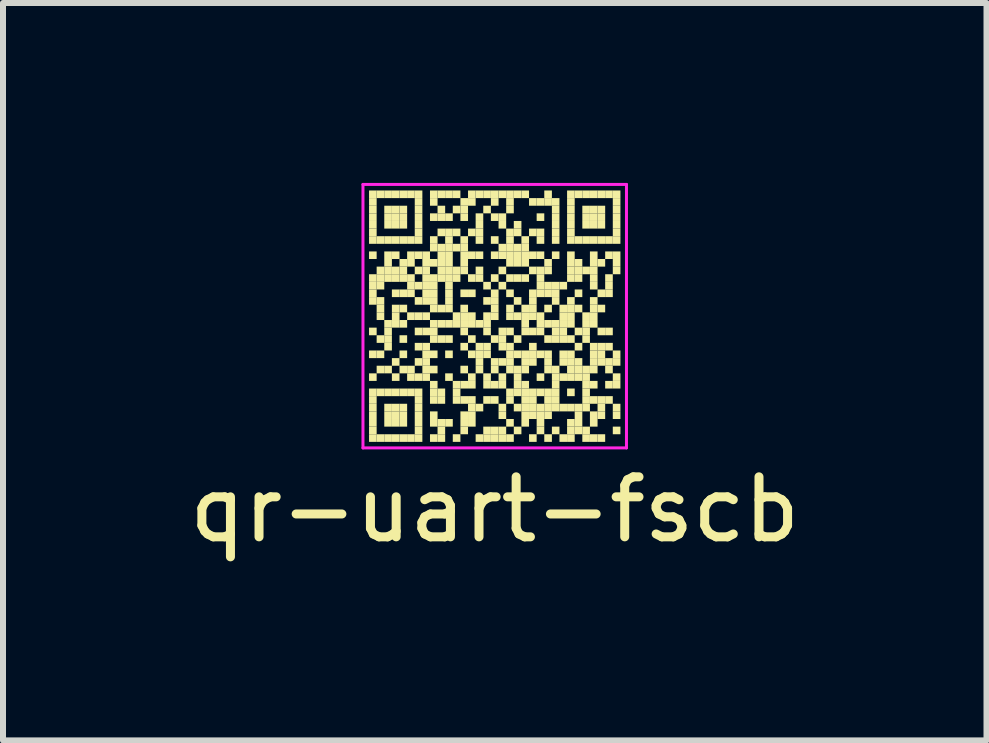
<source format=kicad_pcb>
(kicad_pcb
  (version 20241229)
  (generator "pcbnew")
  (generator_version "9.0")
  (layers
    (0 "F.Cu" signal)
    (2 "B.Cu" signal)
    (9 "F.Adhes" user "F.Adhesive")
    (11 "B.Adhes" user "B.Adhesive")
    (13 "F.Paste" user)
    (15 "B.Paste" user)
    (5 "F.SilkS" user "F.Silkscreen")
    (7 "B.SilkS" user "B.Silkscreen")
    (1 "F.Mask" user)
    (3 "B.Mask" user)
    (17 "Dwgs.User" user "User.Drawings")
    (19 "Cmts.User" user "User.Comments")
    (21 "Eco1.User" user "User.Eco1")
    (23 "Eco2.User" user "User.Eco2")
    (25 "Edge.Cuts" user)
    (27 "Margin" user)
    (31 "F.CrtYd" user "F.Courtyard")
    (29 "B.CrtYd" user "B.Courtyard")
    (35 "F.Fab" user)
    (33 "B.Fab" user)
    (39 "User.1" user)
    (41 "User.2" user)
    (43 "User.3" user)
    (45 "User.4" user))
  (footprint "qr-uart-fscb"
    (layer "F.Cu")
    (at 5.196 2.22)
    (property "Reference" "qr-uart-fscb" (at 0 3.223 0) (layer "F.SilkS") (effects (font (size 1 1) (thickness 0.15))))
    (fp_rect (start -2.095 -2.095) (end -1.968 -1.968) (stroke (width 0) (type default)) (fill yes) (layer "F.SilkS"))
    (fp_rect (start -2.095 -1.968) (end -1.968 -1.841) (stroke (width 0) (type default)) (fill yes) (layer "F.SilkS"))
    (fp_rect (start -2.095 -1.841) (end -1.968 -1.714) (stroke (width 0) (type default)) (fill yes) (layer "F.SilkS"))
    (fp_rect (start -2.095 -1.714) (end -1.968 -1.587) (stroke (width 0) (type default)) (fill yes) (layer "F.SilkS"))
    (fp_rect (start -2.095 -1.587) (end -1.968 -1.46) (stroke (width 0) (type default)) (fill yes) (layer "F.SilkS"))
    (fp_rect (start -2.095 -1.46) (end -1.968 -1.333) (stroke (width 0) (type default)) (fill yes) (layer "F.SilkS"))
    (fp_rect (start -2.095 -1.333) (end -1.968 -1.206) (stroke (width 0) (type default)) (fill yes) (layer "F.SilkS"))
    (fp_rect (start -2.095 -1.079) (end -1.968 -0.953) (stroke (width 0) (type default)) (fill yes) (layer "F.SilkS"))
    (fp_rect (start -2.095 -0.699) (end -1.968 -0.572) (stroke (width 0) (type default)) (fill yes) (layer "F.SilkS"))
    (fp_rect (start -2.095 -0.572) (end -1.968 -0.445) (stroke (width 0) (type default)) (fill yes) (layer "F.SilkS"))
    (fp_rect (start -2.095 -0.445) (end -1.968 -0.318) (stroke (width 0) (type default)) (fill yes) (layer "F.SilkS"))
    (fp_rect (start -2.095 -0.318) (end -1.968 -0.191) (stroke (width 0) (type default)) (fill yes) (layer "F.SilkS"))
    (fp_rect (start -2.095 0.191) (end -1.968 0.318) (stroke (width 0) (type default)) (fill yes) (layer "F.SilkS"))
    (fp_rect (start -2.095 0.572) (end -1.968 0.699) (stroke (width 0) (type default)) (fill yes) (layer "F.SilkS"))
    (fp_rect (start -2.095 0.953) (end -1.968 1.079) (stroke (width 0) (type default)) (fill yes) (layer "F.SilkS"))
    (fp_rect (start -2.095 1.206) (end -1.968 1.333) (stroke (width 0) (type default)) (fill yes) (layer "F.SilkS"))
    (fp_rect (start -2.095 1.333) (end -1.968 1.46) (stroke (width 0) (type default)) (fill yes) (layer "F.SilkS"))
    (fp_rect (start -2.095 1.46) (end -1.968 1.587) (stroke (width 0) (type default)) (fill yes) (layer "F.SilkS"))
    (fp_rect (start -2.095 1.587) (end -1.968 1.714) (stroke (width 0) (type default)) (fill yes) (layer "F.SilkS"))
    (fp_rect (start -2.095 1.714) (end -1.968 1.841) (stroke (width 0) (type default)) (fill yes) (layer "F.SilkS"))
    (fp_rect (start -2.095 1.841) (end -1.968 1.968) (stroke (width 0) (type default)) (fill yes) (layer "F.SilkS"))
    (fp_rect (start -2.095 1.968) (end -1.968 2.095) (stroke (width 0) (type default)) (fill yes) (layer "F.SilkS"))
    (fp_rect (start -1.968 -2.095) (end -1.841 -1.968) (stroke (width 0) (type default)) (fill yes) (layer "F.SilkS"))
    (fp_rect (start -1.968 -1.333) (end -1.841 -1.206) (stroke (width 0) (type default)) (fill yes) (layer "F.SilkS"))
    (fp_rect (start -1.968 -0.826) (end -1.841 -0.699) (stroke (width 0) (type default)) (fill yes) (layer "F.SilkS"))
    (fp_rect (start -1.968 -0.699) (end -1.841 -0.572) (stroke (width 0) (type default)) (fill yes) (layer "F.SilkS"))
    (fp_rect (start -1.968 -0.572) (end -1.841 -0.445) (stroke (width 0) (type default)) (fill yes) (layer "F.SilkS"))
    (fp_rect (start -1.968 -0.318) (end -1.841 -0.191) (stroke (width 0) (type default)) (fill yes) (layer "F.SilkS"))
    (fp_rect (start -1.968 -0.191) (end -1.841 -0.064) (stroke (width 0) (type default)) (fill yes) (layer "F.SilkS"))
    (fp_rect (start -1.968 -0.064) (end -1.841 0.064) (stroke (width 0) (type default)) (fill yes) (layer "F.SilkS"))
    (fp_rect (start -1.968 0.318) (end -1.841 0.445) (stroke (width 0) (type default)) (fill yes) (layer "F.SilkS"))
    (fp_rect (start -1.968 0.572) (end -1.841 0.699) (stroke (width 0) (type default)) (fill yes) (layer "F.SilkS"))
    (fp_rect (start -1.968 0.826) (end -1.841 0.953) (stroke (width 0) (type default)) (fill yes) (layer "F.SilkS"))
    (fp_rect (start -1.968 1.206) (end -1.841 1.333) (stroke (width 0) (type default)) (fill yes) (layer "F.SilkS"))
    (fp_rect (start -1.968 1.968) (end -1.841 2.095) (stroke (width 0) (type default)) (fill yes) (layer "F.SilkS"))
    (fp_rect (start -1.841 -2.095) (end -1.714 -1.968) (stroke (width 0) (type default)) (fill yes) (layer "F.SilkS"))
    (fp_rect (start -1.841 -1.841) (end -1.714 -1.714) (stroke (width 0) (type default)) (fill yes) (layer "F.SilkS"))
    (fp_rect (start -1.841 -1.714) (end -1.714 -1.587) (stroke (width 0) (type default)) (fill yes) (layer "F.SilkS"))
    (fp_rect (start -1.841 -1.587) (end -1.714 -1.46) (stroke (width 0) (type default)) (fill yes) (layer "F.SilkS"))
    (fp_rect (start -1.841 -1.333) (end -1.714 -1.206) (stroke (width 0) (type default)) (fill yes) (layer "F.SilkS"))
    (fp_rect (start -1.841 -1.079) (end -1.714 -0.953) (stroke (width 0) (type default)) (fill yes) (layer "F.SilkS"))
    (fp_rect (start -1.841 -0.953) (end -1.714 -0.826) (stroke (width 0) (type default)) (fill yes) (layer "F.SilkS"))
    (fp_rect (start -1.841 -0.826) (end -1.714 -0.699) (stroke (width 0) (type default)) (fill yes) (layer "F.SilkS"))
    (fp_rect (start -1.841 -0.699) (end -1.714 -0.572) (stroke (width 0) (type default)) (fill yes) (layer "F.SilkS"))
    (fp_rect (start -1.841 0.064) (end -1.714 0.191) (stroke (width 0) (type default)) (fill yes) (layer "F.SilkS"))
    (fp_rect (start -1.841 0.191) (end -1.714 0.318) (stroke (width 0) (type default)) (fill yes) (layer "F.SilkS"))
    (fp_rect (start -1.841 0.318) (end -1.714 0.445) (stroke (width 0) (type default)) (fill yes) (layer "F.SilkS"))
    (fp_rect (start -1.841 0.445) (end -1.714 0.572) (stroke (width 0) (type default)) (fill yes) (layer "F.SilkS"))
    (fp_rect (start -1.841 0.826) (end -1.714 0.953) (stroke (width 0) (type default)) (fill yes) (layer "F.SilkS"))
    (fp_rect (start -1.841 1.206) (end -1.714 1.333) (stroke (width 0) (type default)) (fill yes) (layer "F.SilkS"))
    (fp_rect (start -1.841 1.46) (end -1.714 1.587) (stroke (width 0) (type default)) (fill yes) (layer "F.SilkS"))
    (fp_rect (start -1.841 1.587) (end -1.714 1.714) (stroke (width 0) (type default)) (fill yes) (layer "F.SilkS"))
    (fp_rect (start -1.841 1.714) (end -1.714 1.841) (stroke (width 0) (type default)) (fill yes) (layer "F.SilkS"))
    (fp_rect (start -1.841 1.968) (end -1.714 2.095) (stroke (width 0) (type default)) (fill yes) (layer "F.SilkS"))
    (fp_rect (start -1.714 -2.095) (end -1.587 -1.968) (stroke (width 0) (type default)) (fill yes) (layer "F.SilkS"))
    (fp_rect (start -1.714 -1.841) (end -1.587 -1.714) (stroke (width 0) (type default)) (fill yes) (layer "F.SilkS"))
    (fp_rect (start -1.714 -1.714) (end -1.587 -1.587) (stroke (width 0) (type default)) (fill yes) (layer "F.SilkS"))
    (fp_rect (start -1.714 -1.587) (end -1.587 -1.46) (stroke (width 0) (type default)) (fill yes) (layer "F.SilkS"))
    (fp_rect (start -1.714 -1.333) (end -1.587 -1.206) (stroke (width 0) (type default)) (fill yes) (layer "F.SilkS"))
    (fp_rect (start -1.714 -1.079) (end -1.587 -0.953) (stroke (width 0) (type default)) (fill yes) (layer "F.SilkS"))
    (fp_rect (start -1.714 -0.826) (end -1.587 -0.699) (stroke (width 0) (type default)) (fill yes) (layer "F.SilkS"))
    (fp_rect (start -1.714 -0.699) (end -1.587 -0.572) (stroke (width 0) (type default)) (fill yes) (layer "F.SilkS"))
    (fp_rect (start -1.714 -0.445) (end -1.587 -0.318) (stroke (width 0) (type default)) (fill yes) (layer "F.SilkS"))
    (fp_rect (start -1.714 -0.191) (end -1.587 -0.064) (stroke (width 0) (type default)) (fill yes) (layer "F.SilkS"))
    (fp_rect (start -1.714 -0.064) (end -1.587 0.064) (stroke (width 0) (type default)) (fill yes) (layer "F.SilkS"))
    (fp_rect (start -1.714 0.064) (end -1.587 0.191) (stroke (width 0) (type default)) (fill yes) (layer "F.SilkS"))
    (fp_rect (start -1.714 0.699) (end -1.587 0.826) (stroke (width 0) (type default)) (fill yes) (layer "F.SilkS"))
    (fp_rect (start -1.714 0.953) (end -1.587 1.079) (stroke (width 0) (type default)) (fill yes) (layer "F.SilkS"))
    (fp_rect (start -1.714 1.206) (end -1.587 1.333) (stroke (width 0) (type default)) (fill yes) (layer "F.SilkS"))
    (fp_rect (start -1.714 1.46) (end -1.587 1.587) (stroke (width 0) (type default)) (fill yes) (layer "F.SilkS"))
    (fp_rect (start -1.714 1.587) (end -1.587 1.714) (stroke (width 0) (type default)) (fill yes) (layer "F.SilkS"))
    (fp_rect (start -1.714 1.714) (end -1.587 1.841) (stroke (width 0) (type default)) (fill yes) (layer "F.SilkS"))
    (fp_rect (start -1.714 1.968) (end -1.587 2.095) (stroke (width 0) (type default)) (fill yes) (layer "F.SilkS"))
    (fp_rect (start -1.587 -2.095) (end -1.46 -1.968) (stroke (width 0) (type default)) (fill yes) (layer "F.SilkS"))
    (fp_rect (start -1.587 -1.841) (end -1.46 -1.714) (stroke (width 0) (type default)) (fill yes) (layer "F.SilkS"))
    (fp_rect (start -1.587 -1.714) (end -1.46 -1.587) (stroke (width 0) (type default)) (fill yes) (layer "F.SilkS"))
    (fp_rect (start -1.587 -1.587) (end -1.46 -1.46) (stroke (width 0) (type default)) (fill yes) (layer "F.SilkS"))
    (fp_rect (start -1.587 -1.333) (end -1.46 -1.206) (stroke (width 0) (type default)) (fill yes) (layer "F.SilkS"))
    (fp_rect (start -1.587 -0.953) (end -1.46 -0.826) (stroke (width 0) (type default)) (fill yes) (layer "F.SilkS"))
    (fp_rect (start -1.587 -0.826) (end -1.46 -0.699) (stroke (width 0) (type default)) (fill yes) (layer "F.SilkS"))
    (fp_rect (start -1.587 -0.699) (end -1.46 -0.572) (stroke (width 0) (type default)) (fill yes) (layer "F.SilkS"))
    (fp_rect (start -1.587 -0.445) (end -1.46 -0.318) (stroke (width 0) (type default)) (fill yes) (layer "F.SilkS"))
    (fp_rect (start -1.587 -0.191) (end -1.46 -0.064) (stroke (width 0) (type default)) (fill yes) (layer "F.SilkS"))
    (fp_rect (start -1.587 0.064) (end -1.46 0.191) (stroke (width 0) (type default)) (fill yes) (layer "F.SilkS"))
    (fp_rect (start -1.587 0.318) (end -1.46 0.445) (stroke (width 0) (type default)) (fill yes) (layer "F.SilkS"))
    (fp_rect (start -1.587 0.572) (end -1.46 0.699) (stroke (width 0) (type default)) (fill yes) (layer "F.SilkS"))
    (fp_rect (start -1.587 0.826) (end -1.46 0.953) (stroke (width 0) (type default)) (fill yes) (layer "F.SilkS"))
    (fp_rect (start -1.587 1.206) (end -1.46 1.333) (stroke (width 0) (type default)) (fill yes) (layer "F.SilkS"))
    (fp_rect (start -1.587 1.46) (end -1.46 1.587) (stroke (width 0) (type default)) (fill yes) (layer "F.SilkS"))
    (fp_rect (start -1.587 1.587) (end -1.46 1.714) (stroke (width 0) (type default)) (fill yes) (layer "F.SilkS"))
    (fp_rect (start -1.587 1.714) (end -1.46 1.841) (stroke (width 0) (type default)) (fill yes) (layer "F.SilkS"))
    (fp_rect (start -1.587 1.968) (end -1.46 2.095) (stroke (width 0) (type default)) (fill yes) (layer "F.SilkS"))
    (fp_rect (start -1.46 -2.095) (end -1.333 -1.968) (stroke (width 0) (type default)) (fill yes) (layer "F.SilkS"))
    (fp_rect (start -1.46 -1.333) (end -1.333 -1.206) (stroke (width 0) (type default)) (fill yes) (layer "F.SilkS"))
    (fp_rect (start -1.46 -1.079) (end -1.333 -0.953) (stroke (width 0) (type default)) (fill yes) (layer "F.SilkS"))
    (fp_rect (start -1.46 -0.953) (end -1.333 -0.826) (stroke (width 0) (type default)) (fill yes) (layer "F.SilkS"))
    (fp_rect (start -1.46 -0.699) (end -1.333 -0.572) (stroke (width 0) (type default)) (fill yes) (layer "F.SilkS"))
    (fp_rect (start -1.46 -0.572) (end -1.333 -0.445) (stroke (width 0) (type default)) (fill yes) (layer "F.SilkS"))
    (fp_rect (start -1.46 -0.445) (end -1.333 -0.318) (stroke (width 0) (type default)) (fill yes) (layer "F.SilkS"))
    (fp_rect (start -1.46 -0.064) (end -1.333 0.064) (stroke (width 0) (type default)) (fill yes) (layer "F.SilkS"))
    (fp_rect (start -1.46 0.826) (end -1.333 0.953) (stroke (width 0) (type default)) (fill yes) (layer "F.SilkS"))
    (fp_rect (start -1.46 0.953) (end -1.333 1.079) (stroke (width 0) (type default)) (fill yes) (layer "F.SilkS"))
    (fp_rect (start -1.46 1.206) (end -1.333 1.333) (stroke (width 0) (type default)) (fill yes) (layer "F.SilkS"))
    (fp_rect (start -1.46 1.968) (end -1.333 2.095) (stroke (width 0) (type default)) (fill yes) (layer "F.SilkS"))
    (fp_rect (start -1.333 -2.095) (end -1.206 -1.968) (stroke (width 0) (type default)) (fill yes) (layer "F.SilkS"))
    (fp_rect (start -1.333 -1.968) (end -1.206 -1.841) (stroke (width 0) (type default)) (fill yes) (layer "F.SilkS"))
    (fp_rect (start -1.333 -1.841) (end -1.206 -1.714) (stroke (width 0) (type default)) (fill yes) (layer "F.SilkS"))
    (fp_rect (start -1.333 -1.714) (end -1.206 -1.587) (stroke (width 0) (type default)) (fill yes) (layer "F.SilkS"))
    (fp_rect (start -1.333 -1.587) (end -1.206 -1.46) (stroke (width 0) (type default)) (fill yes) (layer "F.SilkS"))
    (fp_rect (start -1.333 -1.46) (end -1.206 -1.333) (stroke (width 0) (type default)) (fill yes) (layer "F.SilkS"))
    (fp_rect (start -1.333 -1.333) (end -1.206 -1.206) (stroke (width 0) (type default)) (fill yes) (layer "F.SilkS"))
    (fp_rect (start -1.333 -1.079) (end -1.206 -0.953) (stroke (width 0) (type default)) (fill yes) (layer "F.SilkS"))
    (fp_rect (start -1.333 -0.826) (end -1.206 -0.699) (stroke (width 0) (type default)) (fill yes) (layer "F.SilkS"))
    (fp_rect (start -1.333 -0.572) (end -1.206 -0.445) (stroke (width 0) (type default)) (fill yes) (layer "F.SilkS"))
    (fp_rect (start -1.333 -0.318) (end -1.206 -0.191) (stroke (width 0) (type default)) (fill yes) (layer "F.SilkS"))
    (fp_rect (start -1.333 -0.064) (end -1.206 0.064) (stroke (width 0) (type default)) (fill yes) (layer "F.SilkS"))
    (fp_rect (start -1.333 0.191) (end -1.206 0.318) (stroke (width 0) (type default)) (fill yes) (layer "F.SilkS"))
    (fp_rect (start -1.333 0.445) (end -1.206 0.572) (stroke (width 0) (type default)) (fill yes) (layer "F.SilkS"))
    (fp_rect (start -1.333 0.699) (end -1.206 0.826) (stroke (width 0) (type default)) (fill yes) (layer "F.SilkS"))
    (fp_rect (start -1.333 0.953) (end -1.206 1.079) (stroke (width 0) (type default)) (fill yes) (layer "F.SilkS"))
    (fp_rect (start -1.333 1.206) (end -1.206 1.333) (stroke (width 0) (type default)) (fill yes) (layer "F.SilkS"))
    (fp_rect (start -1.333 1.333) (end -1.206 1.46) (stroke (width 0) (type default)) (fill yes) (layer "F.SilkS"))
    (fp_rect (start -1.333 1.46) (end -1.206 1.587) (stroke (width 0) (type default)) (fill yes) (layer "F.SilkS"))
    (fp_rect (start -1.333 1.587) (end -1.206 1.714) (stroke (width 0) (type default)) (fill yes) (layer "F.SilkS"))
    (fp_rect (start -1.333 1.714) (end -1.206 1.841) (stroke (width 0) (type default)) (fill yes) (layer "F.SilkS"))
    (fp_rect (start -1.333 1.841) (end -1.206 1.968) (stroke (width 0) (type default)) (fill yes) (layer "F.SilkS"))
    (fp_rect (start -1.333 1.968) (end -1.206 2.095) (stroke (width 0) (type default)) (fill yes) (layer "F.SilkS"))
    (fp_rect (start -1.206 -1.079) (end -1.079 -0.953) (stroke (width 0) (type default)) (fill yes) (layer "F.SilkS"))
    (fp_rect (start -1.206 -0.953) (end -1.079 -0.826) (stroke (width 0) (type default)) (fill yes) (layer "F.SilkS"))
    (fp_rect (start -1.206 -0.826) (end -1.079 -0.699) (stroke (width 0) (type default)) (fill yes) (layer "F.SilkS"))
    (fp_rect (start -1.206 -0.699) (end -1.079 -0.572) (stroke (width 0) (type default)) (fill yes) (layer "F.SilkS"))
    (fp_rect (start -1.206 -0.572) (end -1.079 -0.445) (stroke (width 0) (type default)) (fill yes) (layer "F.SilkS"))
    (fp_rect (start -1.206 -0.445) (end -1.079 -0.318) (stroke (width 0) (type default)) (fill yes) (layer "F.SilkS"))
    (fp_rect (start -1.206 -0.318) (end -1.079 -0.191) (stroke (width 0) (type default)) (fill yes) (layer "F.SilkS"))
    (fp_rect (start -1.206 -0.064) (end -1.079 0.064) (stroke (width 0) (type default)) (fill yes) (layer "F.SilkS"))
    (fp_rect (start -1.206 0.191) (end -1.079 0.318) (stroke (width 0) (type default)) (fill yes) (layer "F.SilkS"))
    (fp_rect (start -1.206 0.445) (end -1.079 0.572) (stroke (width 0) (type default)) (fill yes) (layer "F.SilkS"))
    (fp_rect (start -1.206 0.572) (end -1.079 0.699) (stroke (width 0) (type default)) (fill yes) (layer "F.SilkS"))
    (fp_rect (start -1.206 0.699) (end -1.079 0.826) (stroke (width 0) (type default)) (fill yes) (layer "F.SilkS"))
    (fp_rect (start -1.206 0.826) (end -1.079 0.953) (stroke (width 0) (type default)) (fill yes) (layer "F.SilkS"))
    (fp_rect (start -1.206 0.953) (end -1.079 1.079) (stroke (width 0) (type default)) (fill yes) (layer "F.SilkS"))
    (fp_rect (start -1.079 -2.095) (end -0.953 -1.968) (stroke (width 0) (type default)) (fill yes) (layer "F.SilkS"))
    (fp_rect (start -1.079 -1.968) (end -0.953 -1.841) (stroke (width 0) (type default)) (fill yes) (layer "F.SilkS"))
    (fp_rect (start -1.079 -1.714) (end -0.953 -1.587) (stroke (width 0) (type default)) (fill yes) (layer "F.SilkS"))
    (fp_rect (start -1.079 -1.333) (end -0.953 -1.206) (stroke (width 0) (type default)) (fill yes) (layer "F.SilkS"))
    (fp_rect (start -1.079 -1.206) (end -0.953 -1.079) (stroke (width 0) (type default)) (fill yes) (layer "F.SilkS"))
    (fp_rect (start -1.079 -0.953) (end -0.953 -0.826) (stroke (width 0) (type default)) (fill yes) (layer "F.SilkS"))
    (fp_rect (start -1.079 -0.699) (end -0.953 -0.572) (stroke (width 0) (type default)) (fill yes) (layer "F.SilkS"))
    (fp_rect (start -1.079 -0.572) (end -0.953 -0.445) (stroke (width 0) (type default)) (fill yes) (layer "F.SilkS"))
    (fp_rect (start -1.079 -0.445) (end -0.953 -0.318) (stroke (width 0) (type default)) (fill yes) (layer "F.SilkS"))
    (fp_rect (start -1.079 -0.318) (end -0.953 -0.191) (stroke (width 0) (type default)) (fill yes) (layer "F.SilkS"))
    (fp_rect (start -1.079 -0.191) (end -0.953 -0.064) (stroke (width 0) (type default)) (fill yes) (layer "F.SilkS"))
    (fp_rect (start -1.079 0.064) (end -0.953 0.191) (stroke (width 0) (type default)) (fill yes) (layer "F.SilkS"))
    (fp_rect (start -1.079 0.191) (end -0.953 0.318) (stroke (width 0) (type default)) (fill yes) (layer "F.SilkS"))
    (fp_rect (start -1.079 0.318) (end -0.953 0.445) (stroke (width 0) (type default)) (fill yes) (layer "F.SilkS"))
    (fp_rect (start -1.079 0.572) (end -0.953 0.699) (stroke (width 0) (type default)) (fill yes) (layer "F.SilkS"))
    (fp_rect (start -1.079 0.826) (end -0.953 0.953) (stroke (width 0) (type default)) (fill yes) (layer "F.SilkS"))
    (fp_rect (start -1.079 1.079) (end -0.953 1.206) (stroke (width 0) (type default)) (fill yes) (layer "F.SilkS"))
    (fp_rect (start -1.079 1.206) (end -0.953 1.333) (stroke (width 0) (type default)) (fill yes) (layer "F.SilkS"))
    (fp_rect (start -1.079 1.333) (end -0.953 1.46) (stroke (width 0) (type default)) (fill yes) (layer "F.SilkS"))
    (fp_rect (start -1.079 1.587) (end -0.953 1.714) (stroke (width 0) (type default)) (fill yes) (layer "F.SilkS"))
    (fp_rect (start -1.079 1.714) (end -0.953 1.841) (stroke (width 0) (type default)) (fill yes) (layer "F.SilkS"))
    (fp_rect (start -1.079 1.968) (end -0.953 2.095) (stroke (width 0) (type default)) (fill yes) (layer "F.SilkS"))
    (fp_rect (start -0.953 -2.095) (end -0.826 -1.968) (stroke (width 0) (type default)) (fill yes) (layer "F.SilkS"))
    (fp_rect (start -0.953 -1.841) (end -0.826 -1.714) (stroke (width 0) (type default)) (fill yes) (layer "F.SilkS"))
    (fp_rect (start -0.953 -1.714) (end -0.826 -1.587) (stroke (width 0) (type default)) (fill yes) (layer "F.SilkS"))
    (fp_rect (start -0.953 -1.46) (end -0.826 -1.333) (stroke (width 0) (type default)) (fill yes) (layer "F.SilkS"))
    (fp_rect (start -0.953 -1.206) (end -0.826 -1.079) (stroke (width 0) (type default)) (fill yes) (layer "F.SilkS"))
    (fp_rect (start -0.953 -1.079) (end -0.826 -0.953) (stroke (width 0) (type default)) (fill yes) (layer "F.SilkS"))
    (fp_rect (start -0.953 -0.953) (end -0.826 -0.826) (stroke (width 0) (type default)) (fill yes) (layer "F.SilkS"))
    (fp_rect (start -0.953 -0.826) (end -0.826 -0.699) (stroke (width 0) (type default)) (fill yes) (layer "F.SilkS"))
    (fp_rect (start -0.953 -0.699) (end -0.826 -0.572) (stroke (width 0) (type default)) (fill yes) (layer "F.SilkS"))
    (fp_rect (start -0.953 -0.191) (end -0.826 -0.064) (stroke (width 0) (type default)) (fill yes) (layer "F.SilkS"))
    (fp_rect (start -0.953 0.064) (end -0.826 0.191) (stroke (width 0) (type default)) (fill yes) (layer "F.SilkS"))
    (fp_rect (start -0.953 0.318) (end -0.826 0.445) (stroke (width 0) (type default)) (fill yes) (layer "F.SilkS"))
    (fp_rect (start -0.953 1.206) (end -0.826 1.333) (stroke (width 0) (type default)) (fill yes) (layer "F.SilkS"))
    (fp_rect (start -0.953 1.333) (end -0.826 1.46) (stroke (width 0) (type default)) (fill yes) (layer "F.SilkS"))
    (fp_rect (start -0.953 1.714) (end -0.826 1.841) (stroke (width 0) (type default)) (fill yes) (layer "F.SilkS"))
    (fp_rect (start -0.953 1.841) (end -0.826 1.968) (stroke (width 0) (type default)) (fill yes) (layer "F.SilkS"))
    (fp_rect (start -0.953 1.968) (end -0.826 2.095) (stroke (width 0) (type default)) (fill yes) (layer "F.SilkS"))
    (fp_rect (start -0.826 -2.095) (end -0.699 -1.968) (stroke (width 0) (type default)) (fill yes) (layer "F.SilkS"))
    (fp_rect (start -0.826 -1.714) (end -0.699 -1.587) (stroke (width 0) (type default)) (fill yes) (layer "F.SilkS"))
    (fp_rect (start -0.826 -1.46) (end -0.699 -1.333) (stroke (width 0) (type default)) (fill yes) (layer "F.SilkS"))
    (fp_rect (start -0.826 -1.333) (end -0.699 -1.206) (stroke (width 0) (type default)) (fill yes) (layer "F.SilkS"))
    (fp_rect (start -0.826 -1.206) (end -0.699 -1.079) (stroke (width 0) (type default)) (fill yes) (layer "F.SilkS"))
    (fp_rect (start -0.826 -1.079) (end -0.699 -0.953) (stroke (width 0) (type default)) (fill yes) (layer "F.SilkS"))
    (fp_rect (start -0.826 -0.953) (end -0.699 -0.826) (stroke (width 0) (type default)) (fill yes) (layer "F.SilkS"))
    (fp_rect (start -0.826 -0.826) (end -0.699 -0.699) (stroke (width 0) (type default)) (fill yes) (layer "F.SilkS"))
    (fp_rect (start -0.826 -0.699) (end -0.699 -0.572) (stroke (width 0) (type default)) (fill yes) (layer "F.SilkS"))
    (fp_rect (start -0.826 -0.572) (end -0.699 -0.445) (stroke (width 0) (type default)) (fill yes) (layer "F.SilkS"))
    (fp_rect (start -0.826 -0.445) (end -0.699 -0.318) (stroke (width 0) (type default)) (fill yes) (layer "F.SilkS"))
    (fp_rect (start -0.826 -0.318) (end -0.699 -0.191) (stroke (width 0) (type default)) (fill yes) (layer "F.SilkS"))
    (fp_rect (start -0.826 -0.191) (end -0.699 -0.064) (stroke (width 0) (type default)) (fill yes) (layer "F.SilkS"))
    (fp_rect (start -0.826 0.064) (end -0.699 0.191) (stroke (width 0) (type default)) (fill yes) (layer "F.SilkS"))
    (fp_rect (start -0.826 0.318) (end -0.699 0.445) (stroke (width 0) (type default)) (fill yes) (layer "F.SilkS"))
    (fp_rect (start -0.826 0.572) (end -0.699 0.699) (stroke (width 0) (type default)) (fill yes) (layer "F.SilkS"))
    (fp_rect (start -0.826 0.953) (end -0.699 1.079) (stroke (width 0) (type default)) (fill yes) (layer "F.SilkS"))
    (fp_rect (start -0.826 1.714) (end -0.699 1.841) (stroke (width 0) (type default)) (fill yes) (layer "F.SilkS"))
    (fp_rect (start -0.699 -2.095) (end -0.572 -1.968) (stroke (width 0) (type default)) (fill yes) (layer "F.SilkS"))
    (fp_rect (start -0.699 -1.841) (end -0.572 -1.714) (stroke (width 0) (type default)) (fill yes) (layer "F.SilkS"))
    (fp_rect (start -0.699 -1.46) (end -0.572 -1.333) (stroke (width 0) (type default)) (fill yes) (layer "F.SilkS"))
    (fp_rect (start -0.699 -1.206) (end -0.572 -1.079) (stroke (width 0) (type default)) (fill yes) (layer "F.SilkS"))
    (fp_rect (start -0.699 -0.826) (end -0.572 -0.699) (stroke (width 0) (type default)) (fill yes) (layer "F.SilkS"))
    (fp_rect (start -0.699 -0.699) (end -0.572 -0.572) (stroke (width 0) (type default)) (fill yes) (layer "F.SilkS"))
    (fp_rect (start -0.699 -0.064) (end -0.572 0.064) (stroke (width 0) (type default)) (fill yes) (layer "F.SilkS"))
    (fp_rect (start -0.699 0.064) (end -0.572 0.191) (stroke (width 0) (type default)) (fill yes) (layer "F.SilkS"))
    (fp_rect (start -0.699 1.079) (end -0.572 1.206) (stroke (width 0) (type default)) (fill yes) (layer "F.SilkS"))
    (fp_rect (start -0.699 1.206) (end -0.572 1.333) (stroke (width 0) (type default)) (fill yes) (layer "F.SilkS"))
    (fp_rect (start -0.699 1.333) (end -0.572 1.46) (stroke (width 0) (type default)) (fill yes) (layer "F.SilkS"))
    (fp_rect (start -0.699 1.968) (end -0.572 2.095) (stroke (width 0) (type default)) (fill yes) (layer "F.SilkS"))
    (fp_rect (start -0.572 -1.968) (end -0.445 -1.841) (stroke (width 0) (type default)) (fill yes) (layer "F.SilkS"))
    (fp_rect (start -0.572 -1.841) (end -0.445 -1.714) (stroke (width 0) (type default)) (fill yes) (layer "F.SilkS"))
    (fp_rect (start -0.572 -1.714) (end -0.445 -1.587) (stroke (width 0) (type default)) (fill yes) (layer "F.SilkS"))
    (fp_rect (start -0.572 -1.333) (end -0.445 -1.206) (stroke (width 0) (type default)) (fill yes) (layer "F.SilkS"))
    (fp_rect (start -0.572 -1.206) (end -0.445 -1.079) (stroke (width 0) (type default)) (fill yes) (layer "F.SilkS"))
    (fp_rect (start -0.572 -1.079) (end -0.445 -0.953) (stroke (width 0) (type default)) (fill yes) (layer "F.SilkS"))
    (fp_rect (start -0.572 -0.953) (end -0.445 -0.826) (stroke (width 0) (type default)) (fill yes) (layer "F.SilkS"))
    (fp_rect (start -0.572 -0.826) (end -0.445 -0.699) (stroke (width 0) (type default)) (fill yes) (layer "F.SilkS"))
    (fp_rect (start -0.572 -0.445) (end -0.445 -0.318) (stroke (width 0) (type default)) (fill yes) (layer "F.SilkS"))
    (fp_rect (start -0.572 -0.191) (end -0.445 -0.064) (stroke (width 0) (type default)) (fill yes) (layer "F.SilkS"))
    (fp_rect (start -0.572 -0.064) (end -0.445 0.064) (stroke (width 0) (type default)) (fill yes) (layer "F.SilkS"))
    (fp_rect (start -0.572 0.064) (end -0.445 0.191) (stroke (width 0) (type default)) (fill yes) (layer "F.SilkS"))
    (fp_rect (start -0.572 0.191) (end -0.445 0.318) (stroke (width 0) (type default)) (fill yes) (layer "F.SilkS"))
    (fp_rect (start -0.572 0.445) (end -0.445 0.572) (stroke (width 0) (type default)) (fill yes) (layer "F.SilkS"))
    (fp_rect (start -0.572 0.826) (end -0.445 0.953) (stroke (width 0) (type default)) (fill yes) (layer "F.SilkS"))
    (fp_rect (start -0.572 1.079) (end -0.445 1.206) (stroke (width 0) (type default)) (fill yes) (layer "F.SilkS"))
    (fp_rect (start -0.572 1.333) (end -0.445 1.46) (stroke (width 0) (type default)) (fill yes) (layer "F.SilkS"))
    (fp_rect (start -0.572 1.587) (end -0.445 1.714) (stroke (width 0) (type default)) (fill yes) (layer "F.SilkS"))
    (fp_rect (start -0.572 1.714) (end -0.445 1.841) (stroke (width 0) (type default)) (fill yes) (layer "F.SilkS"))
    (fp_rect (start -0.572 1.841) (end -0.445 1.968) (stroke (width 0) (type default)) (fill yes) (layer "F.SilkS"))
    (fp_rect (start -0.445 -2.095) (end -0.318 -1.968) (stroke (width 0) (type default)) (fill yes) (layer "F.SilkS"))
    (fp_rect (start -0.445 -1.968) (end -0.318 -1.841) (stroke (width 0) (type default)) (fill yes) (layer "F.SilkS"))
    (fp_rect (start -0.445 -1.46) (end -0.318 -1.333) (stroke (width 0) (type default)) (fill yes) (layer "F.SilkS"))
    (fp_rect (start -0.445 -1.079) (end -0.318 -0.953) (stroke (width 0) (type default)) (fill yes) (layer "F.SilkS"))
    (fp_rect (start -0.445 -0.699) (end -0.318 -0.572) (stroke (width 0) (type default)) (fill yes) (layer "F.SilkS"))
    (fp_rect (start -0.445 -0.445) (end -0.318 -0.318) (stroke (width 0) (type default)) (fill yes) (layer "F.SilkS"))
    (fp_rect (start -0.445 -0.064) (end -0.318 0.064) (stroke (width 0) (type default)) (fill yes) (layer "F.SilkS"))
    (fp_rect (start -0.445 0.064) (end -0.318 0.191) (stroke (width 0) (type default)) (fill yes) (layer "F.SilkS"))
    (fp_rect (start -0.445 0.318) (end -0.318 0.445) (stroke (width 0) (type default)) (fill yes) (layer "F.SilkS"))
    (fp_rect (start -0.445 0.572) (end -0.318 0.699) (stroke (width 0) (type default)) (fill yes) (layer "F.SilkS"))
    (fp_rect (start -0.445 0.953) (end -0.318 1.079) (stroke (width 0) (type default)) (fill yes) (layer "F.SilkS"))
    (fp_rect (start -0.445 1.079) (end -0.318 1.206) (stroke (width 0) (type default)) (fill yes) (layer "F.SilkS"))
    (fp_rect (start -0.445 1.333) (end -0.318 1.46) (stroke (width 0) (type default)) (fill yes) (layer "F.SilkS"))
    (fp_rect (start -0.445 1.46) (end -0.318 1.587) (stroke (width 0) (type default)) (fill yes) (layer "F.SilkS"))
    (fp_rect (start -0.445 1.587) (end -0.318 1.714) (stroke (width 0) (type default)) (fill yes) (layer "F.SilkS"))
    (fp_rect (start -0.445 1.714) (end -0.318 1.841) (stroke (width 0) (type default)) (fill yes) (layer "F.SilkS"))
    (fp_rect (start -0.318 -2.095) (end -0.191 -1.968) (stroke (width 0) (type default)) (fill yes) (layer "F.SilkS"))
    (fp_rect (start -0.318 -1.714) (end -0.191 -1.587) (stroke (width 0) (type default)) (fill yes) (layer "F.SilkS"))
    (fp_rect (start -0.318 -1.587) (end -0.191 -1.46) (stroke (width 0) (type default)) (fill yes) (layer "F.SilkS"))
    (fp_rect (start -0.318 -1.46) (end -0.191 -1.333) (stroke (width 0) (type default)) (fill yes) (layer "F.SilkS"))
    (fp_rect (start -0.318 -1.333) (end -0.191 -1.206) (stroke (width 0) (type default)) (fill yes) (layer "F.SilkS"))
    (fp_rect (start -0.318 -1.079) (end -0.191 -0.953) (stroke (width 0) (type default)) (fill yes) (layer "F.SilkS"))
    (fp_rect (start -0.318 -0.826) (end -0.191 -0.699) (stroke (width 0) (type default)) (fill yes) (layer "F.SilkS"))
    (fp_rect (start -0.318 -0.699) (end -0.191 -0.572) (stroke (width 0) (type default)) (fill yes) (layer "F.SilkS"))
    (fp_rect (start -0.318 0.064) (end -0.191 0.191) (stroke (width 0) (type default)) (fill yes) (layer "F.SilkS"))
    (fp_rect (start -0.318 0.445) (end -0.191 0.572) (stroke (width 0) (type default)) (fill yes) (layer "F.SilkS"))
    (fp_rect (start -0.318 0.572) (end -0.191 0.699) (stroke (width 0) (type default)) (fill yes) (layer "F.SilkS"))
    (fp_rect (start -0.318 0.699) (end -0.191 0.826) (stroke (width 0) (type default)) (fill yes) (layer "F.SilkS"))
    (fp_rect (start -0.318 0.826) (end -0.191 0.953) (stroke (width 0) (type default)) (fill yes) (layer "F.SilkS"))
    (fp_rect (start -0.318 1.46) (end -0.191 1.587) (stroke (width 0) (type default)) (fill yes) (layer "F.SilkS"))
    (fp_rect (start -0.318 1.968) (end -0.191 2.095) (stroke (width 0) (type default)) (fill yes) (layer "F.SilkS"))
    (fp_rect (start -0.191 -2.095) (end -0.064 -1.968) (stroke (width 0) (type default)) (fill yes) (layer "F.SilkS"))
    (fp_rect (start -0.191 -1.841) (end -0.064 -1.714) (stroke (width 0) (type default)) (fill yes) (layer "F.SilkS"))
    (fp_rect (start -0.191 -0.572) (end -0.064 -0.445) (stroke (width 0) (type default)) (fill yes) (layer "F.SilkS"))
    (fp_rect (start -0.191 -0.318) (end -0.064 -0.191) (stroke (width 0) (type default)) (fill yes) (layer "F.SilkS"))
    (fp_rect (start -0.191 -0.064) (end -0.064 0.064) (stroke (width 0) (type default)) (fill yes) (layer "F.SilkS"))
    (fp_rect (start -0.191 0.064) (end -0.064 0.191) (stroke (width 0) (type default)) (fill yes) (layer "F.SilkS"))
    (fp_rect (start -0.191 0.191) (end -0.064 0.318) (stroke (width 0) (type default)) (fill yes) (layer "F.SilkS"))
    (fp_rect (start -0.191 0.445) (end -0.064 0.572) (stroke (width 0) (type default)) (fill yes) (layer "F.SilkS"))
    (fp_rect (start -0.191 0.572) (end -0.064 0.699) (stroke (width 0) (type default)) (fill yes) (layer "F.SilkS"))
    (fp_rect (start -0.191 0.953) (end -0.064 1.079) (stroke (width 0) (type default)) (fill yes) (layer "F.SilkS"))
    (fp_rect (start -0.191 1.079) (end -0.064 1.206) (stroke (width 0) (type default)) (fill yes) (layer "F.SilkS"))
    (fp_rect (start -0.191 1.333) (end -0.064 1.46) (stroke (width 0) (type default)) (fill yes) (layer "F.SilkS"))
    (fp_rect (start -0.191 1.841) (end -0.064 1.968) (stroke (width 0) (type default)) (fill yes) (layer "F.SilkS"))
    (fp_rect (start -0.191 1.968) (end -0.064 2.095) (stroke (width 0) (type default)) (fill yes) (layer "F.SilkS"))
    (fp_rect (start -0.064 -2.095) (end 0.064 -1.968) (stroke (width 0) (type default)) (fill yes) (layer "F.SilkS"))
    (fp_rect (start -0.064 -1.968) (end 0.064 -1.841) (stroke (width 0) (type default)) (fill yes) (layer "F.SilkS"))
    (fp_rect (start -0.064 -1.714) (end 0.064 -1.587) (stroke (width 0) (type default)) (fill yes) (layer "F.SilkS"))
    (fp_rect (start -0.064 -1.333) (end 0.064 -1.206) (stroke (width 0) (type default)) (fill yes) (layer "F.SilkS"))
    (fp_rect (start -0.064 -1.079) (end 0.064 -0.953) (stroke (width 0) (type default)) (fill yes) (layer "F.SilkS"))
    (fp_rect (start -0.064 -0.699) (end 0.064 -0.572) (stroke (width 0) (type default)) (fill yes) (layer "F.SilkS"))
    (fp_rect (start -0.064 -0.445) (end 0.064 -0.318) (stroke (width 0) (type default)) (fill yes) (layer "F.SilkS"))
    (fp_rect (start -0.064 -0.318) (end 0.064 -0.191) (stroke (width 0) (type default)) (fill yes) (layer "F.SilkS"))
    (fp_rect (start -0.064 -0.191) (end 0.064 -0.064) (stroke (width 0) (type default)) (fill yes) (layer "F.SilkS"))
    (fp_rect (start -0.064 -0.064) (end 0.064 0.064) (stroke (width 0) (type default)) (fill yes) (layer "F.SilkS"))
    (fp_rect (start -0.064 0.318) (end 0.064 0.445) (stroke (width 0) (type default)) (fill yes) (layer "F.SilkS"))
    (fp_rect (start -0.064 0.699) (end 0.064 0.826) (stroke (width 0) (type default)) (fill yes) (layer "F.SilkS"))
    (fp_rect (start -0.064 0.826) (end 0.064 0.953) (stroke (width 0) (type default)) (fill yes) (layer "F.SilkS"))
    (fp_rect (start -0.064 1.079) (end 0.064 1.206) (stroke (width 0) (type default)) (fill yes) (layer "F.SilkS"))
    (fp_rect (start -0.064 1.333) (end 0.064 1.46) (stroke (width 0) (type default)) (fill yes) (layer "F.SilkS"))
    (fp_rect (start -0.064 1.841) (end 0.064 1.968) (stroke (width 0) (type default)) (fill yes) (layer "F.SilkS"))
    (fp_rect (start -0.064 1.968) (end 0.064 2.095) (stroke (width 0) (type default)) (fill yes) (layer "F.SilkS"))
    (fp_rect (start 0.064 -2.095) (end 0.191 -1.968) (stroke (width 0) (type default)) (fill yes) (layer "F.SilkS"))
    (fp_rect (start 0.064 -1.714) (end 0.191 -1.587) (stroke (width 0) (type default)) (fill yes) (layer "F.SilkS"))
    (fp_rect (start 0.064 -1.587) (end 0.191 -1.46) (stroke (width 0) (type default)) (fill yes) (layer "F.SilkS"))
    (fp_rect (start 0.064 -1.206) (end 0.191 -1.079) (stroke (width 0) (type default)) (fill yes) (layer "F.SilkS"))
    (fp_rect (start 0.064 -1.079) (end 0.191 -0.953) (stroke (width 0) (type default)) (fill yes) (layer "F.SilkS"))
    (fp_rect (start 0.064 -0.826) (end 0.191 -0.699) (stroke (width 0) (type default)) (fill yes) (layer "F.SilkS"))
    (fp_rect (start 0.064 -0.572) (end 0.191 -0.445) (stroke (width 0) (type default)) (fill yes) (layer "F.SilkS"))
    (fp_rect (start 0.064 0.191) (end 0.191 0.318) (stroke (width 0) (type default)) (fill yes) (layer "F.SilkS"))
    (fp_rect (start 0.064 0.318) (end 0.191 0.445) (stroke (width 0) (type default)) (fill yes) (layer "F.SilkS"))
    (fp_rect (start 0.064 0.445) (end 0.191 0.572) (stroke (width 0) (type default)) (fill yes) (layer "F.SilkS"))
    (fp_rect (start 0.064 0.699) (end 0.191 0.826) (stroke (width 0) (type default)) (fill yes) (layer "F.SilkS"))
    (fp_rect (start 0.064 0.953) (end 0.191 1.079) (stroke (width 0) (type default)) (fill yes) (layer "F.SilkS"))
    (fp_rect (start 0.064 1.079) (end 0.191 1.206) (stroke (width 0) (type default)) (fill yes) (layer "F.SilkS"))
    (fp_rect (start 0.064 1.46) (end 0.191 1.587) (stroke (width 0) (type default)) (fill yes) (layer "F.SilkS"))
    (fp_rect (start 0.064 1.587) (end 0.191 1.714) (stroke (width 0) (type default)) (fill yes) (layer "F.SilkS"))
    (fp_rect (start 0.064 1.841) (end 0.191 1.968) (stroke (width 0) (type default)) (fill yes) (layer "F.SilkS"))
    (fp_rect (start 0.064 1.968) (end 0.191 2.095) (stroke (width 0) (type default)) (fill yes) (layer "F.SilkS"))
    (fp_rect (start 0.191 -2.095) (end 0.318 -1.968) (stroke (width 0) (type default)) (fill yes) (layer "F.SilkS"))
    (fp_rect (start 0.191 -1.968) (end 0.318 -1.841) (stroke (width 0) (type default)) (fill yes) (layer "F.SilkS"))
    (fp_rect (start 0.191 -1.841) (end 0.318 -1.714) (stroke (width 0) (type default)) (fill yes) (layer "F.SilkS"))
    (fp_rect (start 0.191 -1.46) (end 0.318 -1.333) (stroke (width 0) (type default)) (fill yes) (layer "F.SilkS"))
    (fp_rect (start 0.191 -1.333) (end 0.318 -1.206) (stroke (width 0) (type default)) (fill yes) (layer "F.SilkS"))
    (fp_rect (start 0.191 -1.206) (end 0.318 -1.079) (stroke (width 0) (type default)) (fill yes) (layer "F.SilkS"))
    (fp_rect (start 0.191 -1.079) (end 0.318 -0.953) (stroke (width 0) (type default)) (fill yes) (layer "F.SilkS"))
    (fp_rect (start 0.191 -0.953) (end 0.318 -0.826) (stroke (width 0) (type default)) (fill yes) (layer "F.SilkS"))
    (fp_rect (start 0.191 -0.699) (end 0.318 -0.572) (stroke (width 0) (type default)) (fill yes) (layer "F.SilkS"))
    (fp_rect (start 0.191 -0.445) (end 0.318 -0.318) (stroke (width 0) (type default)) (fill yes) (layer "F.SilkS"))
    (fp_rect (start 0.191 -0.191) (end 0.318 -0.064) (stroke (width 0) (type default)) (fill yes) (layer "F.SilkS"))
    (fp_rect (start 0.191 -0.064) (end 0.318 0.064) (stroke (width 0) (type default)) (fill yes) (layer "F.SilkS"))
    (fp_rect (start 0.191 0.191) (end 0.318 0.318) (stroke (width 0) (type default)) (fill yes) (layer "F.SilkS"))
    (fp_rect (start 0.191 0.445) (end 0.318 0.572) (stroke (width 0) (type default)) (fill yes) (layer "F.SilkS"))
    (fp_rect (start 0.191 0.572) (end 0.318 0.699) (stroke (width 0) (type default)) (fill yes) (layer "F.SilkS"))
    (fp_rect (start 0.191 0.699) (end 0.318 0.826) (stroke (width 0) (type default)) (fill yes) (layer "F.SilkS"))
    (fp_rect (start 0.191 0.826) (end 0.318 0.953) (stroke (width 0) (type default)) (fill yes) (layer "F.SilkS"))
    (fp_rect (start 0.191 1.206) (end 0.318 1.333) (stroke (width 0) (type default)) (fill yes) (layer "F.SilkS"))
    (fp_rect (start 0.191 1.333) (end 0.318 1.46) (stroke (width 0) (type default)) (fill yes) (layer "F.SilkS"))
    (fp_rect (start 0.191 1.714) (end 0.318 1.841) (stroke (width 0) (type default)) (fill yes) (layer "F.SilkS"))
    (fp_rect (start 0.191 1.968) (end 0.318 2.095) (stroke (width 0) (type default)) (fill yes) (layer "F.SilkS"))
    (fp_rect (start 0.318 -2.095) (end 0.445 -1.968) (stroke (width 0) (type default)) (fill yes) (layer "F.SilkS"))
    (fp_rect (start 0.318 -1.587) (end 0.445 -1.46) (stroke (width 0) (type default)) (fill yes) (layer "F.SilkS"))
    (fp_rect (start 0.318 -1.46) (end 0.445 -1.333) (stroke (width 0) (type default)) (fill yes) (layer "F.SilkS"))
    (fp_rect (start 0.318 -1.206) (end 0.445 -1.079) (stroke (width 0) (type default)) (fill yes) (layer "F.SilkS"))
    (fp_rect (start 0.318 -1.079) (end 0.445 -0.953) (stroke (width 0) (type default)) (fill yes) (layer "F.SilkS"))
    (fp_rect (start 0.318 -0.953) (end 0.445 -0.826) (stroke (width 0) (type default)) (fill yes) (layer "F.SilkS"))
    (fp_rect (start 0.318 -0.699) (end 0.445 -0.572) (stroke (width 0) (type default)) (fill yes) (layer "F.SilkS"))
    (fp_rect (start 0.318 -0.318) (end 0.445 -0.191) (stroke (width 0) (type default)) (fill yes) (layer "F.SilkS"))
    (fp_rect (start 0.318 -0.064) (end 0.445 0.064) (stroke (width 0) (type default)) (fill yes) (layer "F.SilkS"))
    (fp_rect (start 0.318 0.318) (end 0.445 0.445) (stroke (width 0) (type default)) (fill yes) (layer "F.SilkS"))
    (fp_rect (start 0.318 0.572) (end 0.445 0.699) (stroke (width 0) (type default)) (fill yes) (layer "F.SilkS"))
    (fp_rect (start 0.318 0.826) (end 0.445 0.953) (stroke (width 0) (type default)) (fill yes) (layer "F.SilkS"))
    (fp_rect (start 0.318 0.953) (end 0.445 1.079) (stroke (width 0) (type default)) (fill yes) (layer "F.SilkS"))
    (fp_rect (start 0.318 1.079) (end 0.445 1.206) (stroke (width 0) (type default)) (fill yes) (layer "F.SilkS"))
    (fp_rect (start 0.318 1.206) (end 0.445 1.333) (stroke (width 0) (type default)) (fill yes) (layer "F.SilkS"))
    (fp_rect (start 0.318 1.46) (end 0.445 1.587) (stroke (width 0) (type default)) (fill yes) (layer "F.SilkS"))
    (fp_rect (start 0.318 1.841) (end 0.445 1.968) (stroke (width 0) (type default)) (fill yes) (layer "F.SilkS"))
    (fp_rect (start 0.445 -2.095) (end 0.572 -1.968) (stroke (width 0) (type default)) (fill yes) (layer "F.SilkS"))
    (fp_rect (start 0.445 -1.333) (end 0.572 -1.206) (stroke (width 0) (type default)) (fill yes) (layer "F.SilkS"))
    (fp_rect (start 0.445 -1.206) (end 0.572 -1.079) (stroke (width 0) (type default)) (fill yes) (layer "F.SilkS"))
    (fp_rect (start 0.445 -1.079) (end 0.572 -0.953) (stroke (width 0) (type default)) (fill yes) (layer "F.SilkS"))
    (fp_rect (start 0.445 -0.953) (end 0.572 -0.826) (stroke (width 0) (type default)) (fill yes) (layer "F.SilkS"))
    (fp_rect (start 0.445 -0.699) (end 0.572 -0.572) (stroke (width 0) (type default)) (fill yes) (layer "F.SilkS"))
    (fp_rect (start 0.445 -0.191) (end 0.572 -0.064) (stroke (width 0) (type default)) (fill yes) (layer "F.SilkS"))
    (fp_rect (start 0.445 -0.064) (end 0.572 0.064) (stroke (width 0) (type default)) (fill yes) (layer "F.SilkS"))
    (fp_rect (start 0.445 0.064) (end 0.572 0.191) (stroke (width 0) (type default)) (fill yes) (layer "F.SilkS"))
    (fp_rect (start 0.445 0.191) (end 0.572 0.318) (stroke (width 0) (type default)) (fill yes) (layer "F.SilkS"))
    (fp_rect (start 0.445 0.572) (end 0.572 0.699) (stroke (width 0) (type default)) (fill yes) (layer "F.SilkS"))
    (fp_rect (start 0.445 0.699) (end 0.572 0.826) (stroke (width 0) (type default)) (fill yes) (layer "F.SilkS"))
    (fp_rect (start 0.445 0.826) (end 0.572 0.953) (stroke (width 0) (type default)) (fill yes) (layer "F.SilkS"))
    (fp_rect (start 0.445 1.079) (end 0.572 1.206) (stroke (width 0) (type default)) (fill yes) (layer "F.SilkS"))
    (fp_rect (start 0.445 1.206) (end 0.572 1.333) (stroke (width 0) (type default)) (fill yes) (layer "F.SilkS"))
    (fp_rect (start 0.445 1.333) (end 0.572 1.46) (stroke (width 0) (type default)) (fill yes) (layer "F.SilkS"))
    (fp_rect (start 0.445 1.46) (end 0.572 1.587) (stroke (width 0) (type default)) (fill yes) (layer "F.SilkS"))
    (fp_rect (start 0.445 1.587) (end 0.572 1.714) (stroke (width 0) (type default)) (fill yes) (layer "F.SilkS"))
    (fp_rect (start 0.445 1.714) (end 0.572 1.841) (stroke (width 0) (type default)) (fill yes) (layer "F.SilkS"))
    (fp_rect (start 0.572 -1.968) (end 0.699 -1.841) (stroke (width 0) (type default)) (fill yes) (layer "F.SilkS"))
    (fp_rect (start 0.572 -1.46) (end 0.699 -1.333) (stroke (width 0) (type default)) (fill yes) (layer "F.SilkS"))
    (fp_rect (start 0.572 -1.079) (end 0.699 -0.953) (stroke (width 0) (type default)) (fill yes) (layer "F.SilkS"))
    (fp_rect (start 0.572 -0.826) (end 0.699 -0.699) (stroke (width 0) (type default)) (fill yes) (layer "F.SilkS"))
    (fp_rect (start 0.572 -0.445) (end 0.699 -0.318) (stroke (width 0) (type default)) (fill yes) (layer "F.SilkS"))
    (fp_rect (start 0.572 -0.318) (end 0.699 -0.191) (stroke (width 0) (type default)) (fill yes) (layer "F.SilkS"))
    (fp_rect (start 0.572 -0.191) (end 0.699 -0.064) (stroke (width 0) (type default)) (fill yes) (layer "F.SilkS"))
    (fp_rect (start 0.572 -0.064) (end 0.699 0.064) (stroke (width 0) (type default)) (fill yes) (layer "F.SilkS"))
    (fp_rect (start 0.572 0.191) (end 0.699 0.318) (stroke (width 0) (type default)) (fill yes) (layer "F.SilkS"))
    (fp_rect (start 0.572 0.445) (end 0.699 0.572) (stroke (width 0) (type default)) (fill yes) (layer "F.SilkS"))
    (fp_rect (start 0.572 0.572) (end 0.699 0.699) (stroke (width 0) (type default)) (fill yes) (layer "F.SilkS"))
    (fp_rect (start 0.572 0.699) (end 0.699 0.826) (stroke (width 0) (type default)) (fill yes) (layer "F.SilkS"))
    (fp_rect (start 0.572 1.206) (end 0.699 1.333) (stroke (width 0) (type default)) (fill yes) (layer "F.SilkS"))
    (fp_rect (start 0.572 1.333) (end 0.699 1.46) (stroke (width 0) (type default)) (fill yes) (layer "F.SilkS"))
    (fp_rect (start 0.572 1.46) (end 0.699 1.587) (stroke (width 0) (type default)) (fill yes) (layer "F.SilkS"))
    (fp_rect (start 0.572 1.587) (end 0.699 1.714) (stroke (width 0) (type default)) (fill yes) (layer "F.SilkS"))
    (fp_rect (start 0.572 1.968) (end 0.699 2.095) (stroke (width 0) (type default)) (fill yes) (layer "F.SilkS"))
    (fp_rect (start 0.699 -1.968) (end 0.826 -1.841) (stroke (width 0) (type default)) (fill yes) (layer "F.SilkS"))
    (fp_rect (start 0.699 -1.714) (end 0.826 -1.587) (stroke (width 0) (type default)) (fill yes) (layer "F.SilkS"))
    (fp_rect (start 0.699 -1.46) (end 0.826 -1.333) (stroke (width 0) (type default)) (fill yes) (layer "F.SilkS"))
    (fp_rect (start 0.699 -1.333) (end 0.826 -1.206) (stroke (width 0) (type default)) (fill yes) (layer "F.SilkS"))
    (fp_rect (start 0.699 -1.079) (end 0.826 -0.953) (stroke (width 0) (type default)) (fill yes) (layer "F.SilkS"))
    (fp_rect (start 0.699 -0.826) (end 0.826 -0.699) (stroke (width 0) (type default)) (fill yes) (layer "F.SilkS"))
    (fp_rect (start 0.699 -0.699) (end 0.826 -0.572) (stroke (width 0) (type default)) (fill yes) (layer "F.SilkS"))
    (fp_rect (start 0.699 -0.572) (end 0.826 -0.445) (stroke (width 0) (type default)) (fill yes) (layer "F.SilkS"))
    (fp_rect (start 0.699 -0.445) (end 0.826 -0.318) (stroke (width 0) (type default)) (fill yes) (layer "F.SilkS"))
    (fp_rect (start 0.699 -0.064) (end 0.826 0.064) (stroke (width 0) (type default)) (fill yes) (layer "F.SilkS"))
    (fp_rect (start 0.699 0.064) (end 0.826 0.191) (stroke (width 0) (type default)) (fill yes) (layer "F.SilkS"))
    (fp_rect (start 0.699 0.191) (end 0.826 0.318) (stroke (width 0) (type default)) (fill yes) (layer "F.SilkS"))
    (fp_rect (start 0.699 0.572) (end 0.826 0.699) (stroke (width 0) (type default)) (fill yes) (layer "F.SilkS"))
    (fp_rect (start 0.699 0.953) (end 0.826 1.079) (stroke (width 0) (type default)) (fill yes) (layer "F.SilkS"))
    (fp_rect (start 0.699 1.206) (end 0.826 1.333) (stroke (width 0) (type default)) (fill yes) (layer "F.SilkS"))
    (fp_rect (start 0.699 1.46) (end 0.826 1.587) (stroke (width 0) (type default)) (fill yes) (layer "F.SilkS"))
    (fp_rect (start 0.699 1.587) (end 0.826 1.714) (stroke (width 0) (type default)) (fill yes) (layer "F.SilkS"))
    (fp_rect (start 0.699 1.714) (end 0.826 1.841) (stroke (width 0) (type default)) (fill yes) (layer "F.SilkS"))
    (fp_rect (start 0.699 1.841) (end 0.826 1.968) (stroke (width 0) (type default)) (fill yes) (layer "F.SilkS"))
    (fp_rect (start 0.826 -2.095) (end 0.953 -1.968) (stroke (width 0) (type default)) (fill yes) (layer "F.SilkS"))
    (fp_rect (start 0.826 -1.968) (end 0.953 -1.841) (stroke (width 0) (type default)) (fill yes) (layer "F.SilkS"))
    (fp_rect (start 0.826 -0.953) (end 0.953 -0.826) (stroke (width 0) (type default)) (fill yes) (layer "F.SilkS"))
    (fp_rect (start 0.826 -0.826) (end 0.953 -0.699) (stroke (width 0) (type default)) (fill yes) (layer "F.SilkS"))
    (fp_rect (start 0.826 -0.572) (end 0.953 -0.445) (stroke (width 0) (type default)) (fill yes) (layer "F.SilkS"))
    (fp_rect (start 0.826 -0.445) (end 0.953 -0.318) (stroke (width 0) (type default)) (fill yes) (layer "F.SilkS"))
    (fp_rect (start 0.826 -0.191) (end 0.953 -0.064) (stroke (width 0) (type default)) (fill yes) (layer "F.SilkS"))
    (fp_rect (start 0.826 0.064) (end 0.953 0.191) (stroke (width 0) (type default)) (fill yes) (layer "F.SilkS"))
    (fp_rect (start 0.826 0.318) (end 0.953 0.445) (stroke (width 0) (type default)) (fill yes) (layer "F.SilkS"))
    (fp_rect (start 0.826 0.572) (end 0.953 0.699) (stroke (width 0) (type default)) (fill yes) (layer "F.SilkS"))
    (fp_rect (start 0.826 0.699) (end 0.953 0.826) (stroke (width 0) (type default)) (fill yes) (layer "F.SilkS"))
    (fp_rect (start 0.826 0.826) (end 0.953 0.953) (stroke (width 0) (type default)) (fill yes) (layer "F.SilkS"))
    (fp_rect (start 0.826 1.206) (end 0.953 1.333) (stroke (width 0) (type default)) (fill yes) (layer "F.SilkS"))
    (fp_rect (start 0.826 1.333) (end 0.953 1.46) (stroke (width 0) (type default)) (fill yes) (layer "F.SilkS"))
    (fp_rect (start 0.826 1.46) (end 0.953 1.587) (stroke (width 0) (type default)) (fill yes) (layer "F.SilkS"))
    (fp_rect (start 0.826 1.587) (end 0.953 1.714) (stroke (width 0) (type default)) (fill yes) (layer "F.SilkS"))
    (fp_rect (start 0.826 1.968) (end 0.953 2.095) (stroke (width 0) (type default)) (fill yes) (layer "F.SilkS"))
    (fp_rect (start 0.953 -1.968) (end 1.079 -1.841) (stroke (width 0) (type default)) (fill yes) (layer "F.SilkS"))
    (fp_rect (start 0.953 -1.841) (end 1.079 -1.714) (stroke (width 0) (type default)) (fill yes) (layer "F.SilkS"))
    (fp_rect (start 0.953 -1.714) (end 1.079 -1.587) (stroke (width 0) (type default)) (fill yes) (layer "F.SilkS"))
    (fp_rect (start 0.953 -1.587) (end 1.079 -1.46) (stroke (width 0) (type default)) (fill yes) (layer "F.SilkS"))
    (fp_rect (start 0.953 -1.46) (end 1.079 -1.333) (stroke (width 0) (type default)) (fill yes) (layer "F.SilkS"))
    (fp_rect (start 0.953 -1.333) (end 1.079 -1.206) (stroke (width 0) (type default)) (fill yes) (layer "F.SilkS"))
    (fp_rect (start 0.953 -1.079) (end 1.079 -0.953) (stroke (width 0) (type default)) (fill yes) (layer "F.SilkS"))
    (fp_rect (start 0.953 -0.572) (end 1.079 -0.445) (stroke (width 0) (type default)) (fill yes) (layer "F.SilkS"))
    (fp_rect (start 0.953 -0.445) (end 1.079 -0.318) (stroke (width 0) (type default)) (fill yes) (layer "F.SilkS"))
    (fp_rect (start 0.953 -0.318) (end 1.079 -0.191) (stroke (width 0) (type default)) (fill yes) (layer "F.SilkS"))
    (fp_rect (start 0.953 0.064) (end 1.079 0.191) (stroke (width 0) (type default)) (fill yes) (layer "F.SilkS"))
    (fp_rect (start 0.953 0.191) (end 1.079 0.318) (stroke (width 0) (type default)) (fill yes) (layer "F.SilkS"))
    (fp_rect (start 0.953 0.318) (end 1.079 0.445) (stroke (width 0) (type default)) (fill yes) (layer "F.SilkS"))
    (fp_rect (start 0.953 0.826) (end 1.079 0.953) (stroke (width 0) (type default)) (fill yes) (layer "F.SilkS"))
    (fp_rect (start 0.953 0.953) (end 1.079 1.079) (stroke (width 0) (type default)) (fill yes) (layer "F.SilkS"))
    (fp_rect (start 0.953 1.079) (end 1.079 1.206) (stroke (width 0) (type default)) (fill yes) (layer "F.SilkS"))
    (fp_rect (start 0.953 1.206) (end 1.079 1.333) (stroke (width 0) (type default)) (fill yes) (layer "F.SilkS"))
    (fp_rect (start 0.953 1.333) (end 1.079 1.46) (stroke (width 0) (type default)) (fill yes) (layer "F.SilkS"))
    (fp_rect (start 0.953 1.46) (end 1.079 1.587) (stroke (width 0) (type default)) (fill yes) (layer "F.SilkS"))
    (fp_rect (start 0.953 1.841) (end 1.079 1.968) (stroke (width 0) (type default)) (fill yes) (layer "F.SilkS"))
    (fp_rect (start 1.079 -0.572) (end 1.206 -0.445) (stroke (width 0) (type default)) (fill yes) (layer "F.SilkS"))
    (fp_rect (start 1.079 -0.191) (end 1.206 -0.064) (stroke (width 0) (type default)) (fill yes) (layer "F.SilkS"))
    (fp_rect (start 1.079 -0.064) (end 1.206 0.064) (stroke (width 0) (type default)) (fill yes) (layer "F.SilkS"))
    (fp_rect (start 1.079 0.064) (end 1.206 0.191) (stroke (width 0) (type default)) (fill yes) (layer "F.SilkS"))
    (fp_rect (start 1.079 0.191) (end 1.206 0.318) (stroke (width 0) (type default)) (fill yes) (layer "F.SilkS"))
    (fp_rect (start 1.079 0.318) (end 1.206 0.445) (stroke (width 0) (type default)) (fill yes) (layer "F.SilkS"))
    (fp_rect (start 1.079 0.572) (end 1.206 0.699) (stroke (width 0) (type default)) (fill yes) (layer "F.SilkS"))
    (fp_rect (start 1.079 0.699) (end 1.206 0.826) (stroke (width 0) (type default)) (fill yes) (layer "F.SilkS"))
    (fp_rect (start 1.079 0.953) (end 1.206 1.079) (stroke (width 0) (type default)) (fill yes) (layer "F.SilkS"))
    (fp_rect (start 1.079 1.46) (end 1.206 1.587) (stroke (width 0) (type default)) (fill yes) (layer "F.SilkS"))
    (fp_rect (start 1.079 1.968) (end 1.206 2.095) (stroke (width 0) (type default)) (fill yes) (layer "F.SilkS"))
    (fp_rect (start 1.206 -2.095) (end 1.333 -1.968) (stroke (width 0) (type default)) (fill yes) (layer "F.SilkS"))
    (fp_rect (start 1.206 -1.968) (end 1.333 -1.841) (stroke (width 0) (type default)) (fill yes) (layer "F.SilkS"))
    (fp_rect (start 1.206 -1.841) (end 1.333 -1.714) (stroke (width 0) (type default)) (fill yes) (layer "F.SilkS"))
    (fp_rect (start 1.206 -1.714) (end 1.333 -1.587) (stroke (width 0) (type default)) (fill yes) (layer "F.SilkS"))
    (fp_rect (start 1.206 -1.587) (end 1.333 -1.46) (stroke (width 0) (type default)) (fill yes) (layer "F.SilkS"))
    (fp_rect (start 1.206 -1.46) (end 1.333 -1.333) (stroke (width 0) (type default)) (fill yes) (layer "F.SilkS"))
    (fp_rect (start 1.206 -1.333) (end 1.333 -1.206) (stroke (width 0) (type default)) (fill yes) (layer "F.SilkS"))
    (fp_rect (start 1.206 -1.079) (end 1.333 -0.953) (stroke (width 0) (type default)) (fill yes) (layer "F.SilkS"))
    (fp_rect (start 1.206 -0.953) (end 1.333 -0.826) (stroke (width 0) (type default)) (fill yes) (layer "F.SilkS"))
    (fp_rect (start 1.206 -0.826) (end 1.333 -0.699) (stroke (width 0) (type default)) (fill yes) (layer "F.SilkS"))
    (fp_rect (start 1.206 -0.699) (end 1.333 -0.572) (stroke (width 0) (type default)) (fill yes) (layer "F.SilkS"))
    (fp_rect (start 1.206 -0.318) (end 1.333 -0.191) (stroke (width 0) (type default)) (fill yes) (layer "F.SilkS"))
    (fp_rect (start 1.206 -0.191) (end 1.333 -0.064) (stroke (width 0) (type default)) (fill yes) (layer "F.SilkS"))
    (fp_rect (start 1.206 -0.064) (end 1.333 0.064) (stroke (width 0) (type default)) (fill yes) (layer "F.SilkS"))
    (fp_rect (start 1.206 0.064) (end 1.333 0.191) (stroke (width 0) (type default)) (fill yes) (layer "F.SilkS"))
    (fp_rect (start 1.206 0.318) (end 1.333 0.445) (stroke (width 0) (type default)) (fill yes) (layer "F.SilkS"))
    (fp_rect (start 1.206 0.572) (end 1.333 0.699) (stroke (width 0) (type default)) (fill yes) (layer "F.SilkS"))
    (fp_rect (start 1.206 0.699) (end 1.333 0.826) (stroke (width 0) (type default)) (fill yes) (layer "F.SilkS"))
    (fp_rect (start 1.206 0.826) (end 1.333 0.953) (stroke (width 0) (type default)) (fill yes) (layer "F.SilkS"))
    (fp_rect (start 1.206 0.953) (end 1.333 1.079) (stroke (width 0) (type default)) (fill yes) (layer "F.SilkS"))
    (fp_rect (start 1.206 1.206) (end 1.333 1.333) (stroke (width 0) (type default)) (fill yes) (layer "F.SilkS"))
    (fp_rect (start 1.206 1.46) (end 1.333 1.587) (stroke (width 0) (type default)) (fill yes) (layer "F.SilkS"))
    (fp_rect (start 1.206 1.714) (end 1.333 1.841) (stroke (width 0) (type default)) (fill yes) (layer "F.SilkS"))
    (fp_rect (start 1.206 1.841) (end 1.333 1.968) (stroke (width 0) (type default)) (fill yes) (layer "F.SilkS"))
    (fp_rect (start 1.206 1.968) (end 1.333 2.095) (stroke (width 0) (type default)) (fill yes) (layer "F.SilkS"))
    (fp_rect (start 1.333 -2.095) (end 1.46 -1.968) (stroke (width 0) (type default)) (fill yes) (layer "F.SilkS"))
    (fp_rect (start 1.333 -1.333) (end 1.46 -1.206) (stroke (width 0) (type default)) (fill yes) (layer "F.SilkS"))
    (fp_rect (start 1.333 -0.953) (end 1.46 -0.826) (stroke (width 0) (type default)) (fill yes) (layer "F.SilkS"))
    (fp_rect (start 1.333 -0.826) (end 1.46 -0.699) (stroke (width 0) (type default)) (fill yes) (layer "F.SilkS"))
    (fp_rect (start 1.333 -0.699) (end 1.46 -0.572) (stroke (width 0) (type default)) (fill yes) (layer "F.SilkS"))
    (fp_rect (start 1.333 -0.445) (end 1.46 -0.318) (stroke (width 0) (type default)) (fill yes) (layer "F.SilkS"))
    (fp_rect (start 1.333 -0.191) (end 1.46 -0.064) (stroke (width 0) (type default)) (fill yes) (layer "F.SilkS"))
    (fp_rect (start 1.333 0.191) (end 1.46 0.318) (stroke (width 0) (type default)) (fill yes) (layer "F.SilkS"))
    (fp_rect (start 1.333 0.445) (end 1.46 0.572) (stroke (width 0) (type default)) (fill yes) (layer "F.SilkS"))
    (fp_rect (start 1.333 0.699) (end 1.46 0.826) (stroke (width 0) (type default)) (fill yes) (layer "F.SilkS"))
    (fp_rect (start 1.333 0.826) (end 1.46 0.953) (stroke (width 0) (type default)) (fill yes) (layer "F.SilkS"))
    (fp_rect (start 1.333 0.953) (end 1.46 1.079) (stroke (width 0) (type default)) (fill yes) (layer "F.SilkS"))
    (fp_rect (start 1.333 1.46) (end 1.46 1.587) (stroke (width 0) (type default)) (fill yes) (layer "F.SilkS"))
    (fp_rect (start 1.333 1.587) (end 1.46 1.714) (stroke (width 0) (type default)) (fill yes) (layer "F.SilkS"))
    (fp_rect (start 1.333 1.714) (end 1.46 1.841) (stroke (width 0) (type default)) (fill yes) (layer "F.SilkS"))
    (fp_rect (start 1.333 1.841) (end 1.46 1.968) (stroke (width 0) (type default)) (fill yes) (layer "F.SilkS"))
    (fp_rect (start 1.46 -2.095) (end 1.587 -1.968) (stroke (width 0) (type default)) (fill yes) (layer "F.SilkS"))
    (fp_rect (start 1.46 -1.841) (end 1.587 -1.714) (stroke (width 0) (type default)) (fill yes) (layer "F.SilkS"))
    (fp_rect (start 1.46 -1.714) (end 1.587 -1.587) (stroke (width 0) (type default)) (fill yes) (layer "F.SilkS"))
    (fp_rect (start 1.46 -1.587) (end 1.587 -1.46) (stroke (width 0) (type default)) (fill yes) (layer "F.SilkS"))
    (fp_rect (start 1.46 -1.333) (end 1.587 -1.206) (stroke (width 0) (type default)) (fill yes) (layer "F.SilkS"))
    (fp_rect (start 1.46 -0.826) (end 1.587 -0.699) (stroke (width 0) (type default)) (fill yes) (layer "F.SilkS"))
    (fp_rect (start 1.46 -0.064) (end 1.587 0.064) (stroke (width 0) (type default)) (fill yes) (layer "F.SilkS"))
    (fp_rect (start 1.46 0.064) (end 1.587 0.191) (stroke (width 0) (type default)) (fill yes) (layer "F.SilkS"))
    (fp_rect (start 1.46 0.191) (end 1.587 0.318) (stroke (width 0) (type default)) (fill yes) (layer "F.SilkS"))
    (fp_rect (start 1.46 0.318) (end 1.587 0.445) (stroke (width 0) (type default)) (fill yes) (layer "F.SilkS"))
    (fp_rect (start 1.46 0.826) (end 1.587 0.953) (stroke (width 0) (type default)) (fill yes) (layer "F.SilkS"))
    (fp_rect (start 1.46 0.953) (end 1.587 1.079) (stroke (width 0) (type default)) (fill yes) (layer "F.SilkS"))
    (fp_rect (start 1.46 1.079) (end 1.587 1.206) (stroke (width 0) (type default)) (fill yes) (layer "F.SilkS"))
    (fp_rect (start 1.46 1.206) (end 1.587 1.333) (stroke (width 0) (type default)) (fill yes) (layer "F.SilkS"))
    (fp_rect (start 1.46 1.333) (end 1.587 1.46) (stroke (width 0) (type default)) (fill yes) (layer "F.SilkS"))
    (fp_rect (start 1.46 1.46) (end 1.587 1.587) (stroke (width 0) (type default)) (fill yes) (layer "F.SilkS"))
    (fp_rect (start 1.46 1.841) (end 1.587 1.968) (stroke (width 0) (type default)) (fill yes) (layer "F.SilkS"))
    (fp_rect (start 1.46 1.968) (end 1.587 2.095) (stroke (width 0) (type default)) (fill yes) (layer "F.SilkS"))
    (fp_rect (start 1.587 -2.095) (end 1.714 -1.968) (stroke (width 0) (type default)) (fill yes) (layer "F.SilkS"))
    (fp_rect (start 1.587 -1.841) (end 1.714 -1.714) (stroke (width 0) (type default)) (fill yes) (layer "F.SilkS"))
    (fp_rect (start 1.587 -1.714) (end 1.714 -1.587) (stroke (width 0) (type default)) (fill yes) (layer "F.SilkS"))
    (fp_rect (start 1.587 -1.587) (end 1.714 -1.46) (stroke (width 0) (type default)) (fill yes) (layer "F.SilkS"))
    (fp_rect (start 1.587 -1.333) (end 1.714 -1.206) (stroke (width 0) (type default)) (fill yes) (layer "F.SilkS"))
    (fp_rect (start 1.587 -1.079) (end 1.714 -0.953) (stroke (width 0) (type default)) (fill yes) (layer "F.SilkS"))
    (fp_rect (start 1.587 -0.953) (end 1.714 -0.826) (stroke (width 0) (type default)) (fill yes) (layer "F.SilkS"))
    (fp_rect (start 1.587 -0.826) (end 1.714 -0.699) (stroke (width 0) (type default)) (fill yes) (layer "F.SilkS"))
    (fp_rect (start 1.587 -0.699) (end 1.714 -0.572) (stroke (width 0) (type default)) (fill yes) (layer "F.SilkS"))
    (fp_rect (start 1.587 -0.572) (end 1.714 -0.445) (stroke (width 0) (type default)) (fill yes) (layer "F.SilkS"))
    (fp_rect (start 1.587 -0.318) (end 1.714 -0.191) (stroke (width 0) (type default)) (fill yes) (layer "F.SilkS"))
    (fp_rect (start 1.587 -0.191) (end 1.714 -0.064) (stroke (width 0) (type default)) (fill yes) (layer "F.SilkS"))
    (fp_rect (start 1.587 -0.064) (end 1.714 0.064) (stroke (width 0) (type default)) (fill yes) (layer "F.SilkS"))
    (fp_rect (start 1.587 0.064) (end 1.714 0.191) (stroke (width 0) (type default)) (fill yes) (layer "F.SilkS"))
    (fp_rect (start 1.587 0.445) (end 1.714 0.572) (stroke (width 0) (type default)) (fill yes) (layer "F.SilkS"))
    (fp_rect (start 1.587 0.572) (end 1.714 0.699) (stroke (width 0) (type default)) (fill yes) (layer "F.SilkS"))
    (fp_rect (start 1.587 0.699) (end 1.714 0.826) (stroke (width 0) (type default)) (fill yes) (layer "F.SilkS"))
    (fp_rect (start 1.587 0.826) (end 1.714 0.953) (stroke (width 0) (type default)) (fill yes) (layer "F.SilkS"))
    (fp_rect (start 1.587 1.079) (end 1.714 1.206) (stroke (width 0) (type default)) (fill yes) (layer "F.SilkS"))
    (fp_rect (start 1.587 1.333) (end 1.714 1.46) (stroke (width 0) (type default)) (fill yes) (layer "F.SilkS"))
    (fp_rect (start 1.587 1.587) (end 1.714 1.714) (stroke (width 0) (type default)) (fill yes) (layer "F.SilkS"))
    (fp_rect (start 1.587 1.714) (end 1.714 1.841) (stroke (width 0) (type default)) (fill yes) (layer "F.SilkS"))
    (fp_rect (start 1.587 1.968) (end 1.714 2.095) (stroke (width 0) (type default)) (fill yes) (layer "F.SilkS"))
    (fp_rect (start 1.714 -2.095) (end 1.841 -1.968) (stroke (width 0) (type default)) (fill yes) (layer "F.SilkS"))
    (fp_rect (start 1.714 -1.841) (end 1.841 -1.714) (stroke (width 0) (type default)) (fill yes) (layer "F.SilkS"))
    (fp_rect (start 1.714 -1.714) (end 1.841 -1.587) (stroke (width 0) (type default)) (fill yes) (layer "F.SilkS"))
    (fp_rect (start 1.714 -1.587) (end 1.841 -1.46) (stroke (width 0) (type default)) (fill yes) (layer "F.SilkS"))
    (fp_rect (start 1.714 -1.333) (end 1.841 -1.206) (stroke (width 0) (type default)) (fill yes) (layer "F.SilkS"))
    (fp_rect (start 1.714 -0.953) (end 1.841 -0.826) (stroke (width 0) (type default)) (fill yes) (layer "F.SilkS"))
    (fp_rect (start 1.714 -0.445) (end 1.841 -0.318) (stroke (width 0) (type default)) (fill yes) (layer "F.SilkS"))
    (fp_rect (start 1.714 -0.191) (end 1.841 -0.064) (stroke (width 0) (type default)) (fill yes) (layer "F.SilkS"))
    (fp_rect (start 1.714 0.191) (end 1.841 0.318) (stroke (width 0) (type default)) (fill yes) (layer "F.SilkS"))
    (fp_rect (start 1.714 0.445) (end 1.841 0.572) (stroke (width 0) (type default)) (fill yes) (layer "F.SilkS"))
    (fp_rect (start 1.714 0.572) (end 1.841 0.699) (stroke (width 0) (type default)) (fill yes) (layer "F.SilkS"))
    (fp_rect (start 1.714 0.699) (end 1.841 0.826) (stroke (width 0) (type default)) (fill yes) (layer "F.SilkS"))
    (fp_rect (start 1.714 1.333) (end 1.841 1.46) (stroke (width 0) (type default)) (fill yes) (layer "F.SilkS"))
    (fp_rect (start 1.714 1.46) (end 1.841 1.587) (stroke (width 0) (type default)) (fill yes) (layer "F.SilkS"))
    (fp_rect (start 1.714 1.587) (end 1.841 1.714) (stroke (width 0) (type default)) (fill yes) (layer "F.SilkS"))
    (fp_rect (start 1.714 1.968) (end 1.841 2.095) (stroke (width 0) (type default)) (fill yes) (layer "F.SilkS"))
    (fp_rect (start 1.841 -2.095) (end 1.968 -1.968) (stroke (width 0) (type default)) (fill yes) (layer "F.SilkS"))
    (fp_rect (start 1.841 -1.333) (end 1.968 -1.206) (stroke (width 0) (type default)) (fill yes) (layer "F.SilkS"))
    (fp_rect (start 1.841 -1.079) (end 1.968 -0.953) (stroke (width 0) (type default)) (fill yes) (layer "F.SilkS"))
    (fp_rect (start 1.841 -0.699) (end 1.968 -0.572) (stroke (width 0) (type default)) (fill yes) (layer "F.SilkS"))
    (fp_rect (start 1.841 -0.572) (end 1.968 -0.445) (stroke (width 0) (type default)) (fill yes) (layer "F.SilkS"))
    (fp_rect (start 1.841 -0.445) (end 1.968 -0.318) (stroke (width 0) (type default)) (fill yes) (layer "F.SilkS"))
    (fp_rect (start 1.841 0.191) (end 1.968 0.318) (stroke (width 0) (type default)) (fill yes) (layer "F.SilkS"))
    (fp_rect (start 1.841 0.445) (end 1.968 0.572) (stroke (width 0) (type default)) (fill yes) (layer "F.SilkS"))
    (fp_rect (start 1.841 0.699) (end 1.968 0.826) (stroke (width 0) (type default)) (fill yes) (layer "F.SilkS"))
    (fp_rect (start 1.841 0.826) (end 1.968 0.953) (stroke (width 0) (type default)) (fill yes) (layer "F.SilkS"))
    (fp_rect (start 1.841 1.079) (end 1.968 1.206) (stroke (width 0) (type default)) (fill yes) (layer "F.SilkS"))
    (fp_rect (start 1.841 1.333) (end 1.968 1.46) (stroke (width 0) (type default)) (fill yes) (layer "F.SilkS"))
    (fp_rect (start 1.968 -2.095) (end 2.095 -1.968) (stroke (width 0) (type default)) (fill yes) (layer "F.SilkS"))
    (fp_rect (start 1.968 -1.968) (end 2.095 -1.841) (stroke (width 0) (type default)) (fill yes) (layer "F.SilkS"))
    (fp_rect (start 1.968 -1.841) (end 2.095 -1.714) (stroke (width 0) (type default)) (fill yes) (layer "F.SilkS"))
    (fp_rect (start 1.968 -1.714) (end 2.095 -1.587) (stroke (width 0) (type default)) (fill yes) (layer "F.SilkS"))
    (fp_rect (start 1.968 -1.587) (end 2.095 -1.46) (stroke (width 0) (type default)) (fill yes) (layer "F.SilkS"))
    (fp_rect (start 1.968 -1.46) (end 2.095 -1.333) (stroke (width 0) (type default)) (fill yes) (layer "F.SilkS"))
    (fp_rect (start 1.968 -1.333) (end 2.095 -1.206) (stroke (width 0) (type default)) (fill yes) (layer "F.SilkS"))
    (fp_rect (start 1.968 -1.079) (end 2.095 -0.953) (stroke (width 0) (type default)) (fill yes) (layer "F.SilkS"))
    (fp_rect (start 1.968 -0.953) (end 2.095 -0.826) (stroke (width 0) (type default)) (fill yes) (layer "F.SilkS"))
    (fp_rect (start 1.968 -0.826) (end 2.095 -0.699) (stroke (width 0) (type default)) (fill yes) (layer "F.SilkS"))
    (fp_rect (start 1.968 0.572) (end 2.095 0.699) (stroke (width 0) (type default)) (fill yes) (layer "F.SilkS"))
    (fp_rect (start 1.968 0.699) (end 2.095 0.826) (stroke (width 0) (type default)) (fill yes) (layer "F.SilkS"))
    (fp_rect (start 1.968 0.953) (end 2.095 1.079) (stroke (width 0) (type default)) (fill yes) (layer "F.SilkS"))
    (fp_rect (start 1.968 1.079) (end 2.095 1.206) (stroke (width 0) (type default)) (fill yes) (layer "F.SilkS"))
    (fp_rect (start 1.968 1.46) (end 2.095 1.587) (stroke (width 0) (type default)) (fill yes) (layer "F.SilkS"))
    (fp_rect (start 1.968 1.587) (end 2.095 1.714) (stroke (width 0) (type default)) (fill yes) (layer "F.SilkS"))
    (fp_rect (start 1.968 1.841) (end 2.095 1.968) (stroke (width 0) (type default)) (fill yes) (layer "F.SilkS"))
    (fp_line (start -2.196 -2.196) (end 2.196 -2.196) (stroke (width 0.05) (type default)) (layer "F.CrtYd"))
    (fp_line (start -2.196 2.196) (end -2.196 -2.196) (stroke (width 0.05) (type default)) (layer "F.CrtYd"))
    (fp_line (start 2.196 -2.196) (end 2.196 2.196) (stroke (width 0.05) (type default)) (layer "F.CrtYd"))
    (fp_line (start 2.196 2.196) (end -2.196 2.196) (stroke (width 0.05) (type default)) (layer "F.CrtYd")))
  (gr_rect
    (start -3 -3)
    (end 13.393 9.291)
    (stroke (width 0.1) (type default))
    (fill no)
    (layer "Edge.Cuts")))
</source>
